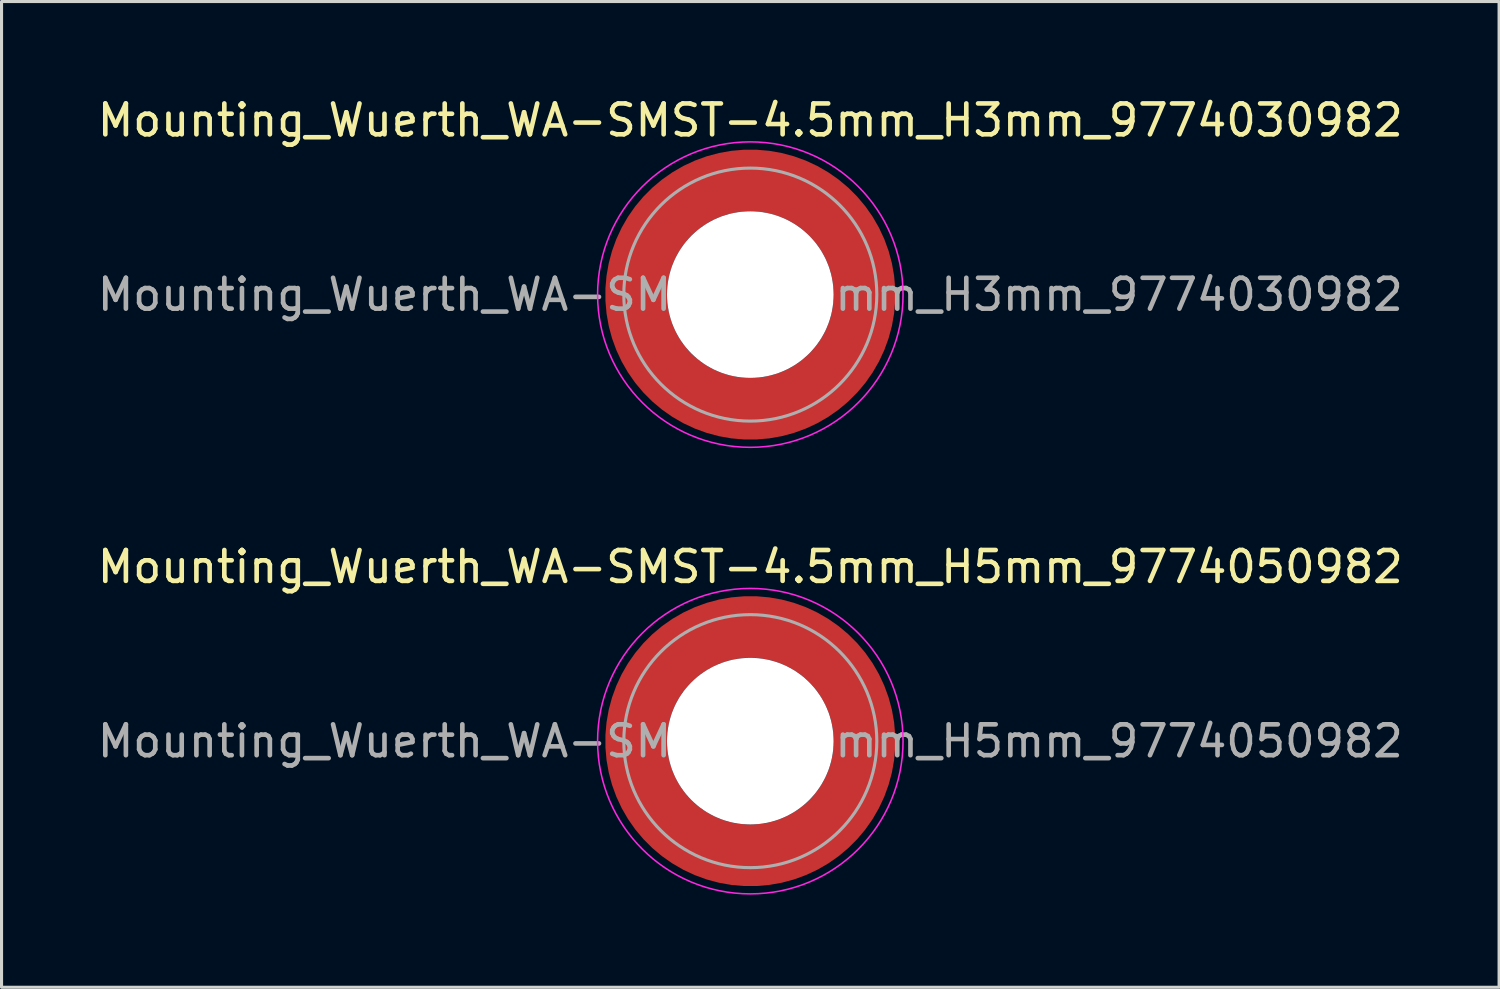
<source format=kicad_pcb>
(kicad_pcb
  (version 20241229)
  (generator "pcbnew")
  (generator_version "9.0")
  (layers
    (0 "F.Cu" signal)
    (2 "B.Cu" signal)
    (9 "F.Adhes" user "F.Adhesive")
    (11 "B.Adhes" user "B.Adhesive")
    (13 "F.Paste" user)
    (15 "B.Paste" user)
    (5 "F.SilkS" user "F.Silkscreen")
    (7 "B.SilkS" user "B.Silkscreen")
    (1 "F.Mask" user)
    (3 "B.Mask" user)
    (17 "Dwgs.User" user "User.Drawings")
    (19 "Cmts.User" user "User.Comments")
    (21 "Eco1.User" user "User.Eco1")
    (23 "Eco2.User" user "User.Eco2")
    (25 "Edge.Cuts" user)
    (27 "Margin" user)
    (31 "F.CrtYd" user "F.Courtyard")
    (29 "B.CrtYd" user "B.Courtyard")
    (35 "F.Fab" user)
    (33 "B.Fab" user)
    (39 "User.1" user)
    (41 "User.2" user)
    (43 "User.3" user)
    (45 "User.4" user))
  (footprint "Mounting_Wuerth_WA-SMST-4.5mm_H5mm_9774050982"
    (layer "F.Cu")
    (at 21.268 20.971)
    (property "Reference" "Mounting_Wuerth_WA-SMST-4.5mm_H5mm_9774050982" (at 0 -5.65 0) (layer "F.SilkS") (effects (font (size 1 1) (thickness 0.15))))
    (attr smd allow_soldermask_bridges)
    (fp_circle (center 0 0) (end 4.95 0) (stroke (width 0.05) (type solid)) (fill no) (layer "F.CrtYd"))
    (fp_circle (center 0 0) (end 4.1 0) (stroke (width 0.1) (type solid)) (fill no) (layer "F.Fab"))
    (fp_text user "${REFERENCE}" (at 0 0 0) (layer "F.Fab") (effects (font (size 1 1) (thickness 0.15))))
    (pad "" smd custom (at -2.607 -2.607) (size 0.948 0.948) (layers "F.Paste") (options (anchor circle)) (primitives (gr_arc (start -0.188183 2.107456) (mid 0.599273 0.599273) (end 2.107456 -0.188183) (width 0.2)) (gr_arc (start -0.289416 2.107456) (mid 0.52877 0.52877) (end 2.107456 -0.289416) (width 0.2)) (gr_arc (start -0.390547 2.107456) (mid 0.458268 0.458268) (end 2.107456 -0.390547) (width 0.2)) (gr_arc (start -0.491585 2.107456) (mid 0.387765 0.387765) (end 2.107456 -0.491585) (width 0.2)) (gr_arc (start -0.59254 2.107456) (mid 0.317262 0.317262) (end 2.107456 -0.59254) (width 0.2)) (gr_arc (start -0.693419 2.107456) (mid 0.246759 0.246759) (end 2.107456 -0.693419) (width 0.2)) (gr_arc (start -0.794229 2.107456) (mid 0.176257 0.176257) (end 2.107456 -0.794229) (width 0.2)) (gr_arc (start -0.894975 2.107456) (mid 0.105754 0.105754) (end 2.107456 -0.894975) (width 0.2)) (gr_arc (start -0.995664 2.107456) (mid 0.035251 0.035251) (end 2.107456 -0.995664) (width 0.2)) (gr_arc (start -1.0963 2.107456) (mid -0.035251 -0.035251) (end 2.107456 -1.0963) (width 0.2)) (gr_arc (start -1.196886 2.107456) (mid -0.105754 -0.105754) (end 2.107456 -1.196886) (width 0.2)) (gr_arc (start -1.297427 2.107456) (mid -0.176257 -0.176257) (end 2.107456 -1.297427) (width 0.2)) (gr_arc (start -1.397927 2.107456) (mid -0.246759 -0.246759) (end 2.107456 -1.397927) (width 0.2)) (gr_arc (start -1.498388 2.107456) (mid -0.317262 -0.317262) (end 2.107456 -1.498388) (width 0.2)) (gr_arc (start -1.598813 2.107456) (mid -0.387765 -0.387765) (end 2.107456 -1.598813) (width 0.2)) (gr_arc (start -1.699204 2.107456) (mid -0.458268 -0.458268) (end 2.107456 -1.699204) (width 0.2)) (gr_arc (start -1.799565 2.107456) (mid -0.52877 -0.52877) (end 2.107456 -1.799565) (width 0.2)) (gr_arc (start -1.899896 2.107456) (mid -0.599273 -0.599273) (end 2.107456 -1.899896) (width 0.2)) (gr_arc (start -1.899896 2.107456) (mid -0.599273 -0.599273) (end 2.107456 -1.899896) (width 0.2)) (gr_line (start 2.107 -0.188) (end 2.107 -1.9) (width 0.2)) (gr_line (start -0.188 2.107) (end -1.9 2.107) (width 0.2))))
    (pad "" smd custom (at -2.607 2.607) (size 0.948 0.948) (layers "F.Paste") (options (anchor circle)) (primitives (gr_arc (start 2.107456 0.188183) (mid 0.599273 -0.599273) (end -0.188183 -2.107456) (width 0.2)) (gr_arc (start 2.107456 0.289416) (mid 0.52877 -0.52877) (end -0.289416 -2.107456) (width 0.2)) (gr_arc (start 2.107456 0.390547) (mid 0.458268 -0.458268) (end -0.390547 -2.107456) (width 0.2)) (gr_arc (start 2.107456 0.491585) (mid 0.387765 -0.387765) (end -0.491585 -2.107456) (width 0.2)) (gr_arc (start 2.107456 0.59254) (mid 0.317262 -0.317262) (end -0.59254 -2.107456) (width 0.2)) (gr_arc (start 2.107456 0.693419) (mid 0.246759 -0.246759) (end -0.693419 -2.107456) (width 0.2)) (gr_arc (start 2.107456 0.794229) (mid 0.176257 -0.176257) (end -0.794229 -2.107456) (width 0.2)) (gr_arc (start 2.107456 0.894975) (mid 0.105754 -0.105754) (end -0.894975 -2.107456) (width 0.2)) (gr_arc (start 2.107456 0.995664) (mid 0.035251 -0.035251) (end -0.995664 -2.107456) (width 0.2)) (gr_arc (start 2.107456 1.0963) (mid -0.035251 0.035251) (end -1.0963 -2.107456) (width 0.2)) (gr_arc (start 2.107456 1.196886) (mid -0.105754 0.105754) (end -1.196886 -2.107456) (width 0.2)) (gr_arc (start 2.107456 1.297427) (mid -0.176257 0.176257) (end -1.297427 -2.107456) (width 0.2)) (gr_arc (start 2.107456 1.397927) (mid -0.246759 0.246759) (end -1.397927 -2.107456) (width 0.2)) (gr_arc (start 2.107456 1.498388) (mid -0.317262 0.317262) (end -1.498388 -2.107456) (width 0.2)) (gr_arc (start 2.107456 1.598813) (mid -0.387765 0.387765) (end -1.598813 -2.107456) (width 0.2)) (gr_arc (start 2.107456 1.699204) (mid -0.458268 0.458268) (end -1.699204 -2.107456) (width 0.2)) (gr_arc (start 2.107456 1.799565) (mid -0.52877 0.52877) (end -1.799565 -2.107456) (width 0.2)) (gr_arc (start 2.107456 1.899896) (mid -0.599273 0.599273) (end -1.899896 -2.107456) (width 0.2)) (gr_arc (start 2.107456 1.899896) (mid -0.599273 0.599273) (end -1.899896 -2.107456) (width 0.2)) (gr_line (start -0.188 -2.107) (end -1.9 -2.107) (width 0.2)) (gr_line (start 2.107 0.188) (end 2.107 1.9) (width 0.2))))
    (pad "" np_thru_hole circle (at 0 0) (size 5.4 5.4) (drill 5.4) (layers "*.Cu" "*.Mask"))
    (pad "" smd custom (at 2.607 -2.607) (size 0.948 0.948) (layers "F.Paste") (options (anchor circle)) (primitives (gr_arc (start -2.107456 -0.188183) (mid -0.599273 0.599273) (end 0.188183 2.107456) (width 0.2)) (gr_arc (start -2.107456 -0.289416) (mid -0.52877 0.52877) (end 0.289416 2.107456) (width 0.2)) (gr_arc (start -2.107456 -0.390547) (mid -0.458268 0.458268) (end 0.390547 2.107456) (width 0.2)) (gr_arc (start -2.107456 -0.491585) (mid -0.387765 0.387765) (end 0.491585 2.107456) (width 0.2)) (gr_arc (start -2.107456 -0.59254) (mid -0.317262 0.317262) (end 0.59254 2.107456) (width 0.2)) (gr_arc (start -2.107456 -0.693419) (mid -0.246759 0.246759) (end 0.693419 2.107456) (width 0.2)) (gr_arc (start -2.107456 -0.794229) (mid -0.176257 0.176257) (end 0.794229 2.107456) (width 0.2)) (gr_arc (start -2.107456 -0.894975) (mid -0.105754 0.105754) (end 0.894975 2.107456) (width 0.2)) (gr_arc (start -2.107456 -0.995664) (mid -0.035251 0.035251) (end 0.995664 2.107456) (width 0.2)) (gr_arc (start -2.107456 -1.0963) (mid 0.035251 -0.035251) (end 1.0963 2.107456) (width 0.2)) (gr_arc (start -2.107456 -1.196886) (mid 0.105754 -0.105754) (end 1.196886 2.107456) (width 0.2)) (gr_arc (start -2.107456 -1.297427) (mid 0.176257 -0.176257) (end 1.297427 2.107456) (width 0.2)) (gr_arc (start -2.107456 -1.397927) (mid 0.246759 -0.246759) (end 1.397927 2.107456) (width 0.2)) (gr_arc (start -2.107456 -1.498388) (mid 0.317262 -0.317262) (end 1.498388 2.107456) (width 0.2)) (gr_arc (start -2.107456 -1.598813) (mid 0.387765 -0.387765) (end 1.598813 2.107456) (width 0.2)) (gr_arc (start -2.107456 -1.699204) (mid 0.458268 -0.458268) (end 1.699204 2.107456) (width 0.2)) (gr_arc (start -2.107456 -1.799565) (mid 0.52877 -0.52877) (end 1.799565 2.107456) (width 0.2)) (gr_arc (start -2.107456 -1.899896) (mid 0.599273 -0.599273) (end 1.899896 2.107456) (width 0.2)) (gr_arc (start -2.107456 -1.899896) (mid 0.599273 -0.599273) (end 1.899896 2.107456) (width 0.2)) (gr_line (start 0.188 2.107) (end 1.9 2.107) (width 0.2)) (gr_line (start -2.107 -0.188) (end -2.107 -1.9) (width 0.2))))
    (pad "" smd custom (at 2.607 2.607) (size 0.948 0.948) (layers "F.Paste") (options (anchor circle)) (primitives (gr_arc (start 0.188183 -2.107456) (mid -0.599273 -0.599273) (end -2.107456 0.188183) (width 0.2)) (gr_arc (start 0.289416 -2.107456) (mid -0.52877 -0.52877) (end -2.107456 0.289416) (width 0.2)) (gr_arc (start 0.390547 -2.107456) (mid -0.458268 -0.458268) (end -2.107456 0.390547) (width 0.2)) (gr_arc (start 0.491585 -2.107456) (mid -0.387765 -0.387765) (end -2.107456 0.491585) (width 0.2)) (gr_arc (start 0.59254 -2.107456) (mid -0.317262 -0.317262) (end -2.107456 0.59254) (width 0.2)) (gr_arc (start 0.693419 -2.107456) (mid -0.246759 -0.246759) (end -2.107456 0.693419) (width 0.2)) (gr_arc (start 0.794229 -2.107456) (mid -0.176257 -0.176257) (end -2.107456 0.794229) (width 0.2)) (gr_arc (start 0.894975 -2.107456) (mid -0.105754 -0.105754) (end -2.107456 0.894975) (width 0.2)) (gr_arc (start 0.995664 -2.107456) (mid -0.035251 -0.035251) (end -2.107456 0.995664) (width 0.2)) (gr_arc (start 1.0963 -2.107456) (mid 0.035251 0.035251) (end -2.107456 1.0963) (width 0.2)) (gr_arc (start 1.196886 -2.107456) (mid 0.105754 0.105754) (end -2.107456 1.196886) (width 0.2)) (gr_arc (start 1.297427 -2.107456) (mid 0.176257 0.176257) (end -2.107456 1.297427) (width 0.2)) (gr_arc (start 1.397927 -2.107456) (mid 0.246759 0.246759) (end -2.107456 1.397927) (width 0.2)) (gr_arc (start 1.498388 -2.107456) (mid 0.317262 0.317262) (end -2.107456 1.498388) (width 0.2)) (gr_arc (start 1.598813 -2.107456) (mid 0.387765 0.387765) (end -2.107456 1.598813) (width 0.2)) (gr_arc (start 1.699204 -2.107456) (mid 0.458268 0.458268) (end -2.107456 1.699204) (width 0.2)) (gr_arc (start 1.799565 -2.107456) (mid 0.52877 0.52877) (end -2.107456 1.799565) (width 0.2)) (gr_arc (start 1.899896 -2.107456) (mid 0.599273 0.599273) (end -2.107456 1.899896) (width 0.2)) (gr_arc (start 1.899896 -2.107456) (mid 0.599273 0.599273) (end -2.107456 1.899896) (width 0.2)) (gr_line (start -2.107 0.188) (end -2.107 1.9) (width 0.2)) (gr_line (start 0.188 -2.107) (end 1.9 -2.107) (width 0.2))))
    (pad "1" smd circle (at -3.7 0) (size 1.492 1.492) (layers "F.Cu"))
    (pad "1" smd circle (at 0 -3.7) (size 1.492 1.492) (layers "F.Cu"))
    (pad "1" smd circle (at 0 3.7) (size 1.492 1.492) (layers "F.Cu"))
    (pad "1" smd custom (at 3.7 0) (size 2 2) (layers "F.Cu" "F.Mask") (options (anchor circle)) (primitives (gr_circle (center -3.7 0) (end 0 0) (width 2) (fill no)))))
  (footprint "Mounting_Wuerth_WA-SMST-4.5mm_H3mm_9774030982"
    (layer "F.Cu")
    (at 21.268 6.498)
    (property "Reference" "Mounting_Wuerth_WA-SMST-4.5mm_H3mm_9774030982" (at 0 -5.65 0) (layer "F.SilkS") (effects (font (size 1 1) (thickness 0.15))))
    (attr smd allow_soldermask_bridges)
    (fp_circle (center 0 0) (end 4.95 0) (stroke (width 0.05) (type solid)) (fill no) (layer "F.CrtYd"))
    (fp_circle (center 0 0) (end 4.1 0) (stroke (width 0.1) (type solid)) (fill no) (layer "F.Fab"))
    (fp_text user "${REFERENCE}" (at 0 0 0) (layer "F.Fab") (effects (font (size 1 1) (thickness 0.15))))
    (pad "" smd custom (at -2.607 -2.607) (size 0.948 0.948) (layers "F.Paste") (options (anchor circle)) (primitives (gr_arc (start -0.188183 2.107456) (mid 0.599273 0.599273) (end 2.107456 -0.188183) (width 0.2)) (gr_arc (start -0.289416 2.107456) (mid 0.52877 0.52877) (end 2.107456 -0.289416) (width 0.2)) (gr_arc (start -0.390547 2.107456) (mid 0.458268 0.458268) (end 2.107456 -0.390547) (width 0.2)) (gr_arc (start -0.491585 2.107456) (mid 0.387765 0.387765) (end 2.107456 -0.491585) (width 0.2)) (gr_arc (start -0.59254 2.107456) (mid 0.317262 0.317262) (end 2.107456 -0.59254) (width 0.2)) (gr_arc (start -0.693419 2.107456) (mid 0.246759 0.246759) (end 2.107456 -0.693419) (width 0.2)) (gr_arc (start -0.794229 2.107456) (mid 0.176257 0.176257) (end 2.107456 -0.794229) (width 0.2)) (gr_arc (start -0.894975 2.107456) (mid 0.105754 0.105754) (end 2.107456 -0.894975) (width 0.2)) (gr_arc (start -0.995664 2.107456) (mid 0.035251 0.035251) (end 2.107456 -0.995664) (width 0.2)) (gr_arc (start -1.0963 2.107456) (mid -0.035251 -0.035251) (end 2.107456 -1.0963) (width 0.2)) (gr_arc (start -1.196886 2.107456) (mid -0.105754 -0.105754) (end 2.107456 -1.196886) (width 0.2)) (gr_arc (start -1.297427 2.107456) (mid -0.176257 -0.176257) (end 2.107456 -1.297427) (width 0.2)) (gr_arc (start -1.397927 2.107456) (mid -0.246759 -0.246759) (end 2.107456 -1.397927) (width 0.2)) (gr_arc (start -1.498388 2.107456) (mid -0.317262 -0.317262) (end 2.107456 -1.498388) (width 0.2)) (gr_arc (start -1.598813 2.107456) (mid -0.387765 -0.387765) (end 2.107456 -1.598813) (width 0.2)) (gr_arc (start -1.699204 2.107456) (mid -0.458268 -0.458268) (end 2.107456 -1.699204) (width 0.2)) (gr_arc (start -1.799565 2.107456) (mid -0.52877 -0.52877) (end 2.107456 -1.799565) (width 0.2)) (gr_arc (start -1.899896 2.107456) (mid -0.599273 -0.599273) (end 2.107456 -1.899896) (width 0.2)) (gr_arc (start -1.899896 2.107456) (mid -0.599273 -0.599273) (end 2.107456 -1.899896) (width 0.2)) (gr_line (start 2.107 -0.188) (end 2.107 -1.9) (width 0.2)) (gr_line (start -0.188 2.107) (end -1.9 2.107) (width 0.2))))
    (pad "" smd custom (at -2.607 2.607) (size 0.948 0.948) (layers "F.Paste") (options (anchor circle)) (primitives (gr_arc (start 2.107456 0.188183) (mid 0.599273 -0.599273) (end -0.188183 -2.107456) (width 0.2)) (gr_arc (start 2.107456 0.289416) (mid 0.52877 -0.52877) (end -0.289416 -2.107456) (width 0.2)) (gr_arc (start 2.107456 0.390547) (mid 0.458268 -0.458268) (end -0.390547 -2.107456) (width 0.2)) (gr_arc (start 2.107456 0.491585) (mid 0.387765 -0.387765) (end -0.491585 -2.107456) (width 0.2)) (gr_arc (start 2.107456 0.59254) (mid 0.317262 -0.317262) (end -0.59254 -2.107456) (width 0.2)) (gr_arc (start 2.107456 0.693419) (mid 0.246759 -0.246759) (end -0.693419 -2.107456) (width 0.2)) (gr_arc (start 2.107456 0.794229) (mid 0.176257 -0.176257) (end -0.794229 -2.107456) (width 0.2)) (gr_arc (start 2.107456 0.894975) (mid 0.105754 -0.105754) (end -0.894975 -2.107456) (width 0.2)) (gr_arc (start 2.107456 0.995664) (mid 0.035251 -0.035251) (end -0.995664 -2.107456) (width 0.2)) (gr_arc (start 2.107456 1.0963) (mid -0.035251 0.035251) (end -1.0963 -2.107456) (width 0.2)) (gr_arc (start 2.107456 1.196886) (mid -0.105754 0.105754) (end -1.196886 -2.107456) (width 0.2)) (gr_arc (start 2.107456 1.297427) (mid -0.176257 0.176257) (end -1.297427 -2.107456) (width 0.2)) (gr_arc (start 2.107456 1.397927) (mid -0.246759 0.246759) (end -1.397927 -2.107456) (width 0.2)) (gr_arc (start 2.107456 1.498388) (mid -0.317262 0.317262) (end -1.498388 -2.107456) (width 0.2)) (gr_arc (start 2.107456 1.598813) (mid -0.387765 0.387765) (end -1.598813 -2.107456) (width 0.2)) (gr_arc (start 2.107456 1.699204) (mid -0.458268 0.458268) (end -1.699204 -2.107456) (width 0.2)) (gr_arc (start 2.107456 1.799565) (mid -0.52877 0.52877) (end -1.799565 -2.107456) (width 0.2)) (gr_arc (start 2.107456 1.899896) (mid -0.599273 0.599273) (end -1.899896 -2.107456) (width 0.2)) (gr_arc (start 2.107456 1.899896) (mid -0.599273 0.599273) (end -1.899896 -2.107456) (width 0.2)) (gr_line (start -0.188 -2.107) (end -1.9 -2.107) (width 0.2)) (gr_line (start 2.107 0.188) (end 2.107 1.9) (width 0.2))))
    (pad "" np_thru_hole circle (at 0 0) (size 5.4 5.4) (drill 5.4) (layers "*.Cu" "*.Mask"))
    (pad "" smd custom (at 2.607 -2.607) (size 0.948 0.948) (layers "F.Paste") (options (anchor circle)) (primitives (gr_arc (start -2.107456 -0.188183) (mid -0.599273 0.599273) (end 0.188183 2.107456) (width 0.2)) (gr_arc (start -2.107456 -0.289416) (mid -0.52877 0.52877) (end 0.289416 2.107456) (width 0.2)) (gr_arc (start -2.107456 -0.390547) (mid -0.458268 0.458268) (end 0.390547 2.107456) (width 0.2)) (gr_arc (start -2.107456 -0.491585) (mid -0.387765 0.387765) (end 0.491585 2.107456) (width 0.2)) (gr_arc (start -2.107456 -0.59254) (mid -0.317262 0.317262) (end 0.59254 2.107456) (width 0.2)) (gr_arc (start -2.107456 -0.693419) (mid -0.246759 0.246759) (end 0.693419 2.107456) (width 0.2)) (gr_arc (start -2.107456 -0.794229) (mid -0.176257 0.176257) (end 0.794229 2.107456) (width 0.2)) (gr_arc (start -2.107456 -0.894975) (mid -0.105754 0.105754) (end 0.894975 2.107456) (width 0.2)) (gr_arc (start -2.107456 -0.995664) (mid -0.035251 0.035251) (end 0.995664 2.107456) (width 0.2)) (gr_arc (start -2.107456 -1.0963) (mid 0.035251 -0.035251) (end 1.0963 2.107456) (width 0.2)) (gr_arc (start -2.107456 -1.196886) (mid 0.105754 -0.105754) (end 1.196886 2.107456) (width 0.2)) (gr_arc (start -2.107456 -1.297427) (mid 0.176257 -0.176257) (end 1.297427 2.107456) (width 0.2)) (gr_arc (start -2.107456 -1.397927) (mid 0.246759 -0.246759) (end 1.397927 2.107456) (width 0.2)) (gr_arc (start -2.107456 -1.498388) (mid 0.317262 -0.317262) (end 1.498388 2.107456) (width 0.2)) (gr_arc (start -2.107456 -1.598813) (mid 0.387765 -0.387765) (end 1.598813 2.107456) (width 0.2)) (gr_arc (start -2.107456 -1.699204) (mid 0.458268 -0.458268) (end 1.699204 2.107456) (width 0.2)) (gr_arc (start -2.107456 -1.799565) (mid 0.52877 -0.52877) (end 1.799565 2.107456) (width 0.2)) (gr_arc (start -2.107456 -1.899896) (mid 0.599273 -0.599273) (end 1.899896 2.107456) (width 0.2)) (gr_arc (start -2.107456 -1.899896) (mid 0.599273 -0.599273) (end 1.899896 2.107456) (width 0.2)) (gr_line (start 0.188 2.107) (end 1.9 2.107) (width 0.2)) (gr_line (start -2.107 -0.188) (end -2.107 -1.9) (width 0.2))))
    (pad "" smd custom (at 2.607 2.607) (size 0.948 0.948) (layers "F.Paste") (options (anchor circle)) (primitives (gr_arc (start 0.188183 -2.107456) (mid -0.599273 -0.599273) (end -2.107456 0.188183) (width 0.2)) (gr_arc (start 0.289416 -2.107456) (mid -0.52877 -0.52877) (end -2.107456 0.289416) (width 0.2)) (gr_arc (start 0.390547 -2.107456) (mid -0.458268 -0.458268) (end -2.107456 0.390547) (width 0.2)) (gr_arc (start 0.491585 -2.107456) (mid -0.387765 -0.387765) (end -2.107456 0.491585) (width 0.2)) (gr_arc (start 0.59254 -2.107456) (mid -0.317262 -0.317262) (end -2.107456 0.59254) (width 0.2)) (gr_arc (start 0.693419 -2.107456) (mid -0.246759 -0.246759) (end -2.107456 0.693419) (width 0.2)) (gr_arc (start 0.794229 -2.107456) (mid -0.176257 -0.176257) (end -2.107456 0.794229) (width 0.2)) (gr_arc (start 0.894975 -2.107456) (mid -0.105754 -0.105754) (end -2.107456 0.894975) (width 0.2)) (gr_arc (start 0.995664 -2.107456) (mid -0.035251 -0.035251) (end -2.107456 0.995664) (width 0.2)) (gr_arc (start 1.0963 -2.107456) (mid 0.035251 0.035251) (end -2.107456 1.0963) (width 0.2)) (gr_arc (start 1.196886 -2.107456) (mid 0.105754 0.105754) (end -2.107456 1.196886) (width 0.2)) (gr_arc (start 1.297427 -2.107456) (mid 0.176257 0.176257) (end -2.107456 1.297427) (width 0.2)) (gr_arc (start 1.397927 -2.107456) (mid 0.246759 0.246759) (end -2.107456 1.397927) (width 0.2)) (gr_arc (start 1.498388 -2.107456) (mid 0.317262 0.317262) (end -2.107456 1.498388) (width 0.2)) (gr_arc (start 1.598813 -2.107456) (mid 0.387765 0.387765) (end -2.107456 1.598813) (width 0.2)) (gr_arc (start 1.699204 -2.107456) (mid 0.458268 0.458268) (end -2.107456 1.699204) (width 0.2)) (gr_arc (start 1.799565 -2.107456) (mid 0.52877 0.52877) (end -2.107456 1.799565) (width 0.2)) (gr_arc (start 1.899896 -2.107456) (mid 0.599273 0.599273) (end -2.107456 1.899896) (width 0.2)) (gr_arc (start 1.899896 -2.107456) (mid 0.599273 0.599273) (end -2.107456 1.899896) (width 0.2)) (gr_line (start -2.107 0.188) (end -2.107 1.9) (width 0.2)) (gr_line (start 0.188 -2.107) (end 1.9 -2.107) (width 0.2))))
    (pad "1" smd circle (at -3.7 0) (size 1.492 1.492) (layers "F.Cu"))
    (pad "1" smd circle (at 0 -3.7) (size 1.492 1.492) (layers "F.Cu"))
    (pad "1" smd circle (at 0 3.7) (size 1.492 1.492) (layers "F.Cu"))
    (pad "1" smd custom (at 3.7 0) (size 2 2) (layers "F.Cu" "F.Mask") (options (anchor circle)) (primitives (gr_circle (center -3.7 0) (end 0 0) (width 2) (fill no)))))
  (gr_rect
    (start -3 -3)
    (end 45.536 28.947)
    (stroke (width 0.1) (type default))
    (fill no)
    (layer "Edge.Cuts")))
</source>
